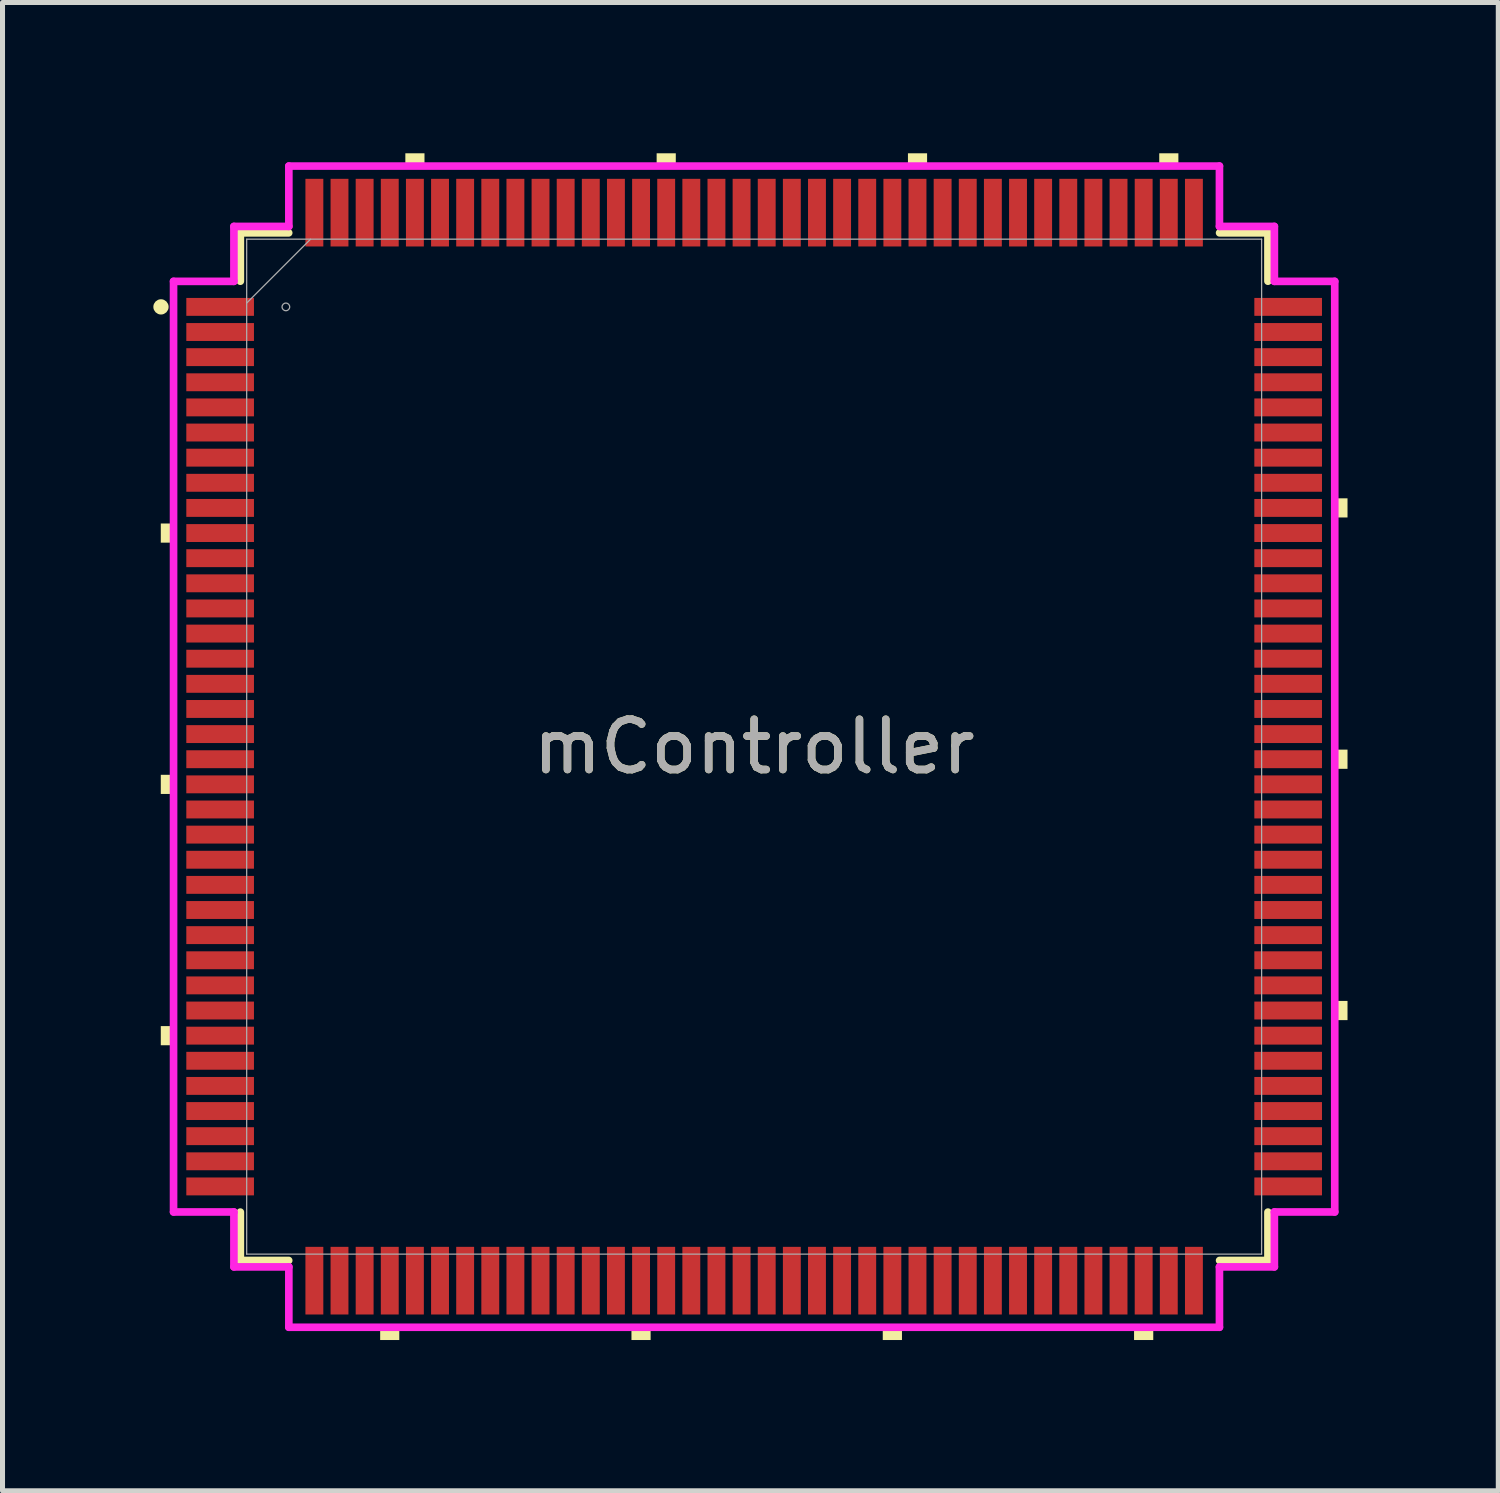
<source format=kicad_pcb>
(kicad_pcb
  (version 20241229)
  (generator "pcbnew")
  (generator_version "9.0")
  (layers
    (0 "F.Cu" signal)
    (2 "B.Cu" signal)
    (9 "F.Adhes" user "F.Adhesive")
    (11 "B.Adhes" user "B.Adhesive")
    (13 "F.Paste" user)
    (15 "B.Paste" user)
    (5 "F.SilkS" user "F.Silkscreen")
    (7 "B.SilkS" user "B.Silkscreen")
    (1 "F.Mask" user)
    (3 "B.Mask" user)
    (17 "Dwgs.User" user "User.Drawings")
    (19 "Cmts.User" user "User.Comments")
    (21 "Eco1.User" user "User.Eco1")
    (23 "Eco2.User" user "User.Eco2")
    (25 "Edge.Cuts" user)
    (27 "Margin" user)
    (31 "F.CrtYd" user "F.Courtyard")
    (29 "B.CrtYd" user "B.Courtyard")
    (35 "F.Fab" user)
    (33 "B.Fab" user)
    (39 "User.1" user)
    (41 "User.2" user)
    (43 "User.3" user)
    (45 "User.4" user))
  (footprint "mController"
    (layer "F.Cu")
    (at 11.955 11.806)
    (property "Reference" "mController" (at 0 0 0) (unlocked yes) (layer "F.SilkS") (effects (font (size 1 1) (thickness 0.15))))
    (attr smd)
    (fp_line (start -10.223 -10.223) (end -10.223 -9.261) (stroke (width 0.152) (type solid)) (layer "F.SilkS"))
    (fp_line (start -10.223 9.261) (end -10.223 10.223) (stroke (width 0.152) (type solid)) (layer "F.SilkS"))
    (fp_line (start -10.223 10.223) (end -9.261 10.223) (stroke (width 0.152) (type solid)) (layer "F.SilkS"))
    (fp_line (start -9.261 -10.223) (end -10.223 -10.223) (stroke (width 0.152) (type solid)) (layer "F.SilkS"))
    (fp_line (start 9.261 10.223) (end 10.223 10.223) (stroke (width 0.152) (type solid)) (layer "F.SilkS"))
    (fp_line (start 10.223 -10.223) (end 9.261 -10.223) (stroke (width 0.152) (type solid)) (layer "F.SilkS"))
    (fp_line (start 10.223 -9.261) (end 10.223 -10.223) (stroke (width 0.152) (type solid)) (layer "F.SilkS"))
    (fp_line (start 10.223 10.223) (end 10.223 9.261) (stroke (width 0.152) (type solid)) (layer "F.SilkS"))
    (fp_circle (center -11.802 -8.75) (end -11.726 -8.75) (stroke (width 0.152) (type solid)) (fill no) (layer "F.SilkS"))
    (fp_poly (pts (xy -11.806 -4.44) (xy -11.806 -4.059) (xy -11.552 -4.059) (xy -11.552 -4.44)) (stroke (width 0) (type solid)) (fill yes) (layer "F.SilkS"))
    (fp_poly (pts (xy -11.806 0.56) (xy -11.806 0.941) (xy -11.552 0.941) (xy -11.552 0.56)) (stroke (width 0) (type solid)) (fill yes) (layer "F.SilkS"))
    (fp_poly (pts (xy -11.806 5.56) (xy -11.806 5.941) (xy -11.552 5.941) (xy -11.552 5.56)) (stroke (width 0) (type solid)) (fill yes) (layer "F.SilkS"))
    (fp_poly (pts (xy -7.441 11.552) (xy -7.441 11.806) (xy -7.06 11.806) (xy -7.06 11.552)) (stroke (width 0) (type solid)) (fill yes) (layer "F.SilkS"))
    (fp_poly (pts (xy -6.94 -11.552) (xy -6.94 -11.806) (xy -6.559 -11.806) (xy -6.559 -11.552)) (stroke (width 0) (type solid)) (fill yes) (layer "F.SilkS"))
    (fp_poly (pts (xy -2.441 11.552) (xy -2.441 11.806) (xy -2.06 11.806) (xy -2.06 11.552)) (stroke (width 0) (type solid)) (fill yes) (layer "F.SilkS"))
    (fp_poly (pts (xy -1.94 -11.552) (xy -1.94 -11.806) (xy -1.559 -11.806) (xy -1.559 -11.552)) (stroke (width 0) (type solid)) (fill yes) (layer "F.SilkS"))
    (fp_poly (pts (xy 2.559 11.552) (xy 2.559 11.806) (xy 2.941 11.806) (xy 2.941 11.552)) (stroke (width 0) (type solid)) (fill yes) (layer "F.SilkS"))
    (fp_poly (pts (xy 3.06 -11.552) (xy 3.06 -11.806) (xy 3.441 -11.806) (xy 3.441 -11.552)) (stroke (width 0) (type solid)) (fill yes) (layer "F.SilkS"))
    (fp_poly (pts (xy 7.559 11.552) (xy 7.559 11.806) (xy 7.941 11.806) (xy 7.941 11.552)) (stroke (width 0) (type solid)) (fill yes) (layer "F.SilkS"))
    (fp_poly (pts (xy 8.06 -11.552) (xy 8.06 -11.806) (xy 8.441 -11.806) (xy 8.441 -11.552)) (stroke (width 0) (type solid)) (fill yes) (layer "F.SilkS"))
    (fp_poly (pts (xy 11.806 -4.941) (xy 11.806 -4.56) (xy 11.552 -4.56) (xy 11.552 -4.941)) (stroke (width 0) (type solid)) (fill yes) (layer "F.SilkS"))
    (fp_poly (pts (xy 11.806 0.059) (xy 11.806 0.441) (xy 11.552 0.441) (xy 11.552 0.059)) (stroke (width 0) (type solid)) (fill yes) (layer "F.SilkS"))
    (fp_poly (pts (xy 11.806 5.059) (xy 11.806 5.441) (xy 11.552 5.441) (xy 11.552 5.059)) (stroke (width 0) (type solid)) (fill yes) (layer "F.SilkS"))
    (fp_line (start -11.552 -9.258) (end -10.351 -9.258) (stroke (width 0.152) (type solid)) (layer "F.CrtYd"))
    (fp_line (start -11.552 9.258) (end -11.552 -9.258) (stroke (width 0.152) (type solid)) (layer "F.CrtYd"))
    (fp_line (start -10.351 -10.351) (end -9.258 -10.351) (stroke (width 0.152) (type solid)) (layer "F.CrtYd"))
    (fp_line (start -10.351 -9.258) (end -10.351 -10.351) (stroke (width 0.152) (type solid)) (layer "F.CrtYd"))
    (fp_line (start -10.351 9.258) (end -11.552 9.258) (stroke (width 0.152) (type solid)) (layer "F.CrtYd"))
    (fp_line (start -10.351 10.351) (end -10.351 9.258) (stroke (width 0.152) (type solid)) (layer "F.CrtYd"))
    (fp_line (start -9.258 -11.552) (end 9.258 -11.552) (stroke (width 0.152) (type solid)) (layer "F.CrtYd"))
    (fp_line (start -9.258 -10.351) (end -9.258 -11.552) (stroke (width 0.152) (type solid)) (layer "F.CrtYd"))
    (fp_line (start -9.258 10.351) (end -10.351 10.351) (stroke (width 0.152) (type solid)) (layer "F.CrtYd"))
    (fp_line (start -9.258 11.552) (end -9.258 10.351) (stroke (width 0.152) (type solid)) (layer "F.CrtYd"))
    (fp_line (start 9.258 -11.552) (end 9.258 -10.351) (stroke (width 0.152) (type solid)) (layer "F.CrtYd"))
    (fp_line (start 9.258 -10.351) (end 10.351 -10.351) (stroke (width 0.152) (type solid)) (layer "F.CrtYd"))
    (fp_line (start 9.258 10.351) (end 9.258 11.552) (stroke (width 0.152) (type solid)) (layer "F.CrtYd"))
    (fp_line (start 9.258 11.552) (end -9.258 11.552) (stroke (width 0.152) (type solid)) (layer "F.CrtYd"))
    (fp_line (start 10.351 -10.351) (end 10.351 -9.258) (stroke (width 0.152) (type solid)) (layer "F.CrtYd"))
    (fp_line (start 10.351 -9.258) (end 11.552 -9.258) (stroke (width 0.152) (type solid)) (layer "F.CrtYd"))
    (fp_line (start 10.351 9.258) (end 10.351 10.351) (stroke (width 0.152) (type solid)) (layer "F.CrtYd"))
    (fp_line (start 10.351 10.351) (end 9.258 10.351) (stroke (width 0.152) (type solid)) (layer "F.CrtYd"))
    (fp_line (start 11.552 -9.258) (end 11.552 9.258) (stroke (width 0.152) (type solid)) (layer "F.CrtYd"))
    (fp_line (start 11.552 9.258) (end 10.351 9.258) (stroke (width 0.152) (type solid)) (layer "F.CrtYd"))
    (fp_line (start -10.097 -10.097) (end -10.097 10.097) (stroke (width 0.025) (type solid)) (layer "F.Fab"))
    (fp_line (start -10.097 -8.826) (end -8.826 -10.097) (stroke (width 0.025) (type solid)) (layer "F.Fab"))
    (fp_line (start -10.097 10.097) (end 10.097 10.097) (stroke (width 0.025) (type solid)) (layer "F.Fab"))
    (fp_line (start 10.097 -10.097) (end -10.097 -10.097) (stroke (width 0.025) (type solid)) (layer "F.Fab"))
    (fp_line (start 10.097 10.097) (end 10.097 -10.097) (stroke (width 0.025) (type solid)) (layer "F.Fab"))
    (fp_circle (center -9.317 -8.75) (end -9.241 -8.75) (stroke (width 0.025) (type solid)) (fill no) (layer "F.Fab"))
    (fp_text user "${REFERENCE}" (at 0 0 0) (unlocked yes) (layer "F.Fab") (effects (font (size 1 1) (thickness 0.15))))
    (pad "1" smd rect (at -10.625 -8.75) (size 1.346 0.356) (layers "F.Cu" "F.Mask" "F.Paste"))
    (pad "2" smd rect (at -10.625 -8.25) (size 1.346 0.356) (layers "F.Cu" "F.Mask" "F.Paste"))
    (pad "3" smd rect (at -10.625 -7.75) (size 1.346 0.356) (layers "F.Cu" "F.Mask" "F.Paste"))
    (pad "4" smd rect (at -10.625 -7.25) (size 1.346 0.356) (layers "F.Cu" "F.Mask" "F.Paste"))
    (pad "5" smd rect (at -10.625 -6.75) (size 1.346 0.356) (layers "F.Cu" "F.Mask" "F.Paste"))
    (pad "6" smd rect (at -10.625 -6.25) (size 1.346 0.356) (layers "F.Cu" "F.Mask" "F.Paste"))
    (pad "7" smd rect (at -10.625 -5.75) (size 1.346 0.356) (layers "F.Cu" "F.Mask" "F.Paste"))
    (pad "8" smd rect (at -10.625 -5.25) (size 1.346 0.356) (layers "F.Cu" "F.Mask" "F.Paste"))
    (pad "9" smd rect (at -10.625 -4.75) (size 1.346 0.356) (layers "F.Cu" "F.Mask" "F.Paste"))
    (pad "10" smd rect (at -10.625 -4.25) (size 1.346 0.356) (layers "F.Cu" "F.Mask" "F.Paste"))
    (pad "11" smd rect (at -10.625 -3.75) (size 1.346 0.356) (layers "F.Cu" "F.Mask" "F.Paste"))
    (pad "12" smd rect (at -10.625 -3.25) (size 1.346 0.356) (layers "F.Cu" "F.Mask" "F.Paste"))
    (pad "13" smd rect (at -10.625 -2.75) (size 1.346 0.356) (layers "F.Cu" "F.Mask" "F.Paste"))
    (pad "14" smd rect (at -10.625 -2.25) (size 1.346 0.356) (layers "F.Cu" "F.Mask" "F.Paste"))
    (pad "15" smd rect (at -10.625 -1.75) (size 1.346 0.356) (layers "F.Cu" "F.Mask" "F.Paste"))
    (pad "16" smd rect (at -10.625 -1.25) (size 1.346 0.356) (layers "F.Cu" "F.Mask" "F.Paste"))
    (pad "17" smd rect (at -10.625 -0.75) (size 1.346 0.356) (layers "F.Cu" "F.Mask" "F.Paste"))
    (pad "18" smd rect (at -10.625 -0.25) (size 1.346 0.356) (layers "F.Cu" "F.Mask" "F.Paste"))
    (pad "19" smd rect (at -10.625 0.25) (size 1.346 0.356) (layers "F.Cu" "F.Mask" "F.Paste"))
    (pad "20" smd rect (at -10.625 0.75) (size 1.346 0.356) (layers "F.Cu" "F.Mask" "F.Paste"))
    (pad "21" smd rect (at -10.625 1.25) (size 1.346 0.356) (layers "F.Cu" "F.Mask" "F.Paste"))
    (pad "22" smd rect (at -10.625 1.75) (size 1.346 0.356) (layers "F.Cu" "F.Mask" "F.Paste"))
    (pad "23" smd rect (at -10.625 2.25) (size 1.346 0.356) (layers "F.Cu" "F.Mask" "F.Paste"))
    (pad "24" smd rect (at -10.625 2.75) (size 1.346 0.356) (layers "F.Cu" "F.Mask" "F.Paste"))
    (pad "25" smd rect (at -10.625 3.25) (size 1.346 0.356) (layers "F.Cu" "F.Mask" "F.Paste"))
    (pad "26" smd rect (at -10.625 3.75) (size 1.346 0.356) (layers "F.Cu" "F.Mask" "F.Paste"))
    (pad "27" smd rect (at -10.625 4.25) (size 1.346 0.356) (layers "F.Cu" "F.Mask" "F.Paste"))
    (pad "28" smd rect (at -10.625 4.75) (size 1.346 0.356) (layers "F.Cu" "F.Mask" "F.Paste"))
    (pad "29" smd rect (at -10.625 5.25) (size 1.346 0.356) (layers "F.Cu" "F.Mask" "F.Paste"))
    (pad "30" smd rect (at -10.625 5.75) (size 1.346 0.356) (layers "F.Cu" "F.Mask" "F.Paste"))
    (pad "31" smd rect (at -10.625 6.25) (size 1.346 0.356) (layers "F.Cu" "F.Mask" "F.Paste"))
    (pad "32" smd rect (at -10.625 6.75) (size 1.346 0.356) (layers "F.Cu" "F.Mask" "F.Paste"))
    (pad "33" smd rect (at -10.625 7.25) (size 1.346 0.356) (layers "F.Cu" "F.Mask" "F.Paste"))
    (pad "34" smd rect (at -10.625 7.75) (size 1.346 0.356) (layers "F.Cu" "F.Mask" "F.Paste"))
    (pad "35" smd rect (at -10.625 8.25) (size 1.346 0.356) (layers "F.Cu" "F.Mask" "F.Paste"))
    (pad "36" smd rect (at -10.625 8.75) (size 1.346 0.356) (layers "F.Cu" "F.Mask" "F.Paste"))
    (pad "37" smd rect (at -8.75 10.625 90) (size 1.346 0.356) (layers "F.Cu" "F.Mask" "F.Paste"))
    (pad "38" smd rect (at -8.25 10.625 90) (size 1.346 0.356) (layers "F.Cu" "F.Mask" "F.Paste"))
    (pad "39" smd rect (at -7.75 10.625 90) (size 1.346 0.356) (layers "F.Cu" "F.Mask" "F.Paste"))
    (pad "40" smd rect (at -7.25 10.625 90) (size 1.346 0.356) (layers "F.Cu" "F.Mask" "F.Paste"))
    (pad "41" smd rect (at -6.75 10.625 90) (size 1.346 0.356) (layers "F.Cu" "F.Mask" "F.Paste"))
    (pad "42" smd rect (at -6.25 10.625 90) (size 1.346 0.356) (layers "F.Cu" "F.Mask" "F.Paste"))
    (pad "43" smd rect (at -5.75 10.625 90) (size 1.346 0.356) (layers "F.Cu" "F.Mask" "F.Paste"))
    (pad "44" smd rect (at -5.25 10.625 90) (size 1.346 0.356) (layers "F.Cu" "F.Mask" "F.Paste"))
    (pad "45" smd rect (at -4.75 10.625 90) (size 1.346 0.356) (layers "F.Cu" "F.Mask" "F.Paste"))
    (pad "46" smd rect (at -4.25 10.625 90) (size 1.346 0.356) (layers "F.Cu" "F.Mask" "F.Paste"))
    (pad "47" smd rect (at -3.75 10.625 90) (size 1.346 0.356) (layers "F.Cu" "F.Mask" "F.Paste"))
    (pad "48" smd rect (at -3.25 10.625 90) (size 1.346 0.356) (layers "F.Cu" "F.Mask" "F.Paste"))
    (pad "49" smd rect (at -2.75 10.625 90) (size 1.346 0.356) (layers "F.Cu" "F.Mask" "F.Paste"))
    (pad "50" smd rect (at -2.25 10.625 90) (size 1.346 0.356) (layers "F.Cu" "F.Mask" "F.Paste"))
    (pad "51" smd rect (at -1.75 10.625 90) (size 1.346 0.356) (layers "F.Cu" "F.Mask" "F.Paste"))
    (pad "52" smd rect (at -1.25 10.625 90) (size 1.346 0.356) (layers "F.Cu" "F.Mask" "F.Paste"))
    (pad "53" smd rect (at -0.75 10.625 90) (size 1.346 0.356) (layers "F.Cu" "F.Mask" "F.Paste"))
    (pad "54" smd rect (at -0.25 10.625 90) (size 1.346 0.356) (layers "F.Cu" "F.Mask" "F.Paste"))
    (pad "55" smd rect (at 0.25 10.625 90) (size 1.346 0.356) (layers "F.Cu" "F.Mask" "F.Paste"))
    (pad "56" smd rect (at 0.75 10.625 90) (size 1.346 0.356) (layers "F.Cu" "F.Mask" "F.Paste"))
    (pad "57" smd rect (at 1.25 10.625 90) (size 1.346 0.356) (layers "F.Cu" "F.Mask" "F.Paste"))
    (pad "58" smd rect (at 1.75 10.625 90) (size 1.346 0.356) (layers "F.Cu" "F.Mask" "F.Paste"))
    (pad "59" smd rect (at 2.25 10.625 90) (size 1.346 0.356) (layers "F.Cu" "F.Mask" "F.Paste"))
    (pad "60" smd rect (at 2.75 10.625 90) (size 1.346 0.356) (layers "F.Cu" "F.Mask" "F.Paste"))
    (pad "61" smd rect (at 3.25 10.625 90) (size 1.346 0.356) (layers "F.Cu" "F.Mask" "F.Paste"))
    (pad "62" smd rect (at 3.75 10.625 90) (size 1.346 0.356) (layers "F.Cu" "F.Mask" "F.Paste"))
    (pad "63" smd rect (at 4.25 10.625 90) (size 1.346 0.356) (layers "F.Cu" "F.Mask" "F.Paste"))
    (pad "64" smd rect (at 4.75 10.625 90) (size 1.346 0.356) (layers "F.Cu" "F.Mask" "F.Paste"))
    (pad "65" smd rect (at 5.25 10.625 90) (size 1.346 0.356) (layers "F.Cu" "F.Mask" "F.Paste"))
    (pad "66" smd rect (at 5.75 10.625 90) (size 1.346 0.356) (layers "F.Cu" "F.Mask" "F.Paste"))
    (pad "67" smd rect (at 6.25 10.625 90) (size 1.346 0.356) (layers "F.Cu" "F.Mask" "F.Paste"))
    (pad "68" smd rect (at 6.75 10.625 90) (size 1.346 0.356) (layers "F.Cu" "F.Mask" "F.Paste"))
    (pad "69" smd rect (at 7.25 10.625 90) (size 1.346 0.356) (layers "F.Cu" "F.Mask" "F.Paste"))
    (pad "70" smd rect (at 7.75 10.625 90) (size 1.346 0.356) (layers "F.Cu" "F.Mask" "F.Paste"))
    (pad "71" smd rect (at 8.25 10.625 90) (size 1.346 0.356) (layers "F.Cu" "F.Mask" "F.Paste"))
    (pad "72" smd rect (at 8.75 10.625 90) (size 1.346 0.356) (layers "F.Cu" "F.Mask" "F.Paste"))
    (pad "73" smd rect (at 10.625 8.75) (size 1.346 0.356) (layers "F.Cu" "F.Mask" "F.Paste"))
    (pad "74" smd rect (at 10.625 8.25) (size 1.346 0.356) (layers "F.Cu" "F.Mask" "F.Paste"))
    (pad "75" smd rect (at 10.625 7.75) (size 1.346 0.356) (layers "F.Cu" "F.Mask" "F.Paste"))
    (pad "76" smd rect (at 10.625 7.25) (size 1.346 0.356) (layers "F.Cu" "F.Mask" "F.Paste"))
    (pad "77" smd rect (at 10.625 6.75) (size 1.346 0.356) (layers "F.Cu" "F.Mask" "F.Paste"))
    (pad "78" smd rect (at 10.625 6.25) (size 1.346 0.356) (layers "F.Cu" "F.Mask" "F.Paste"))
    (pad "79" smd rect (at 10.625 5.75) (size 1.346 0.356) (layers "F.Cu" "F.Mask" "F.Paste"))
    (pad "80" smd rect (at 10.625 5.25) (size 1.346 0.356) (layers "F.Cu" "F.Mask" "F.Paste"))
    (pad "81" smd rect (at 10.625 4.75) (size 1.346 0.356) (layers "F.Cu" "F.Mask" "F.Paste"))
    (pad "82" smd rect (at 10.625 4.25) (size 1.346 0.356) (layers "F.Cu" "F.Mask" "F.Paste"))
    (pad "83" smd rect (at 10.625 3.75) (size 1.346 0.356) (layers "F.Cu" "F.Mask" "F.Paste"))
    (pad "84" smd rect (at 10.625 3.25) (size 1.346 0.356) (layers "F.Cu" "F.Mask" "F.Paste"))
    (pad "85" smd rect (at 10.625 2.75) (size 1.346 0.356) (layers "F.Cu" "F.Mask" "F.Paste"))
    (pad "86" smd rect (at 10.625 2.25) (size 1.346 0.356) (layers "F.Cu" "F.Mask" "F.Paste"))
    (pad "87" smd rect (at 10.625 1.75) (size 1.346 0.356) (layers "F.Cu" "F.Mask" "F.Paste"))
    (pad "88" smd rect (at 10.625 1.25) (size 1.346 0.356) (layers "F.Cu" "F.Mask" "F.Paste"))
    (pad "89" smd rect (at 10.625 0.75) (size 1.346 0.356) (layers "F.Cu" "F.Mask" "F.Paste"))
    (pad "90" smd rect (at 10.625 0.25) (size 1.346 0.356) (layers "F.Cu" "F.Mask" "F.Paste"))
    (pad "91" smd rect (at 10.625 -0.25) (size 1.346 0.356) (layers "F.Cu" "F.Mask" "F.Paste"))
    (pad "92" smd rect (at 10.625 -0.75) (size 1.346 0.356) (layers "F.Cu" "F.Mask" "F.Paste"))
    (pad "93" smd rect (at 10.625 -1.25) (size 1.346 0.356) (layers "F.Cu" "F.Mask" "F.Paste"))
    (pad "94" smd rect (at 10.625 -1.75) (size 1.346 0.356) (layers "F.Cu" "F.Mask" "F.Paste"))
    (pad "95" smd rect (at 10.625 -2.25) (size 1.346 0.356) (layers "F.Cu" "F.Mask" "F.Paste"))
    (pad "96" smd rect (at 10.625 -2.75) (size 1.346 0.356) (layers "F.Cu" "F.Mask" "F.Paste"))
    (pad "97" smd rect (at 10.625 -3.25) (size 1.346 0.356) (layers "F.Cu" "F.Mask" "F.Paste"))
    (pad "98" smd rect (at 10.625 -3.75) (size 1.346 0.356) (layers "F.Cu" "F.Mask" "F.Paste"))
    (pad "99" smd rect (at 10.625 -4.25) (size 1.346 0.356) (layers "F.Cu" "F.Mask" "F.Paste"))
    (pad "100" smd rect (at 10.625 -4.75) (size 1.346 0.356) (layers "F.Cu" "F.Mask" "F.Paste"))
    (pad "101" smd rect (at 10.625 -5.25) (size 1.346 0.356) (layers "F.Cu" "F.Mask" "F.Paste"))
    (pad "102" smd rect (at 10.625 -5.75) (size 1.346 0.356) (layers "F.Cu" "F.Mask" "F.Paste"))
    (pad "103" smd rect (at 10.625 -6.25) (size 1.346 0.356) (layers "F.Cu" "F.Mask" "F.Paste"))
    (pad "104" smd rect (at 10.625 -6.75) (size 1.346 0.356) (layers "F.Cu" "F.Mask" "F.Paste"))
    (pad "105" smd rect (at 10.625 -7.25) (size 1.346 0.356) (layers "F.Cu" "F.Mask" "F.Paste"))
    (pad "106" smd rect (at 10.625 -7.75) (size 1.346 0.356) (layers "F.Cu" "F.Mask" "F.Paste"))
    (pad "107" smd rect (at 10.625 -8.25) (size 1.346 0.356) (layers "F.Cu" "F.Mask" "F.Paste"))
    (pad "108" smd rect (at 10.625 -8.75) (size 1.346 0.356) (layers "F.Cu" "F.Mask" "F.Paste"))
    (pad "109" smd rect (at 8.75 -10.625 90) (size 1.346 0.356) (layers "F.Cu" "F.Mask" "F.Paste"))
    (pad "110" smd rect (at 8.25 -10.625 90) (size 1.346 0.356) (layers "F.Cu" "F.Mask" "F.Paste"))
    (pad "111" smd rect (at 7.75 -10.625 90) (size 1.346 0.356) (layers "F.Cu" "F.Mask" "F.Paste"))
    (pad "112" smd rect (at 7.25 -10.625 90) (size 1.346 0.356) (layers "F.Cu" "F.Mask" "F.Paste"))
    (pad "113" smd rect (at 6.75 -10.625 90) (size 1.346 0.356) (layers "F.Cu" "F.Mask" "F.Paste"))
    (pad "114" smd rect (at 6.25 -10.625 90) (size 1.346 0.356) (layers "F.Cu" "F.Mask" "F.Paste"))
    (pad "115" smd rect (at 5.75 -10.625 90) (size 1.346 0.356) (layers "F.Cu" "F.Mask" "F.Paste"))
    (pad "116" smd rect (at 5.25 -10.625 90) (size 1.346 0.356) (layers "F.Cu" "F.Mask" "F.Paste"))
    (pad "117" smd rect (at 4.75 -10.625 90) (size 1.346 0.356) (layers "F.Cu" "F.Mask" "F.Paste"))
    (pad "118" smd rect (at 4.25 -10.625 90) (size 1.346 0.356) (layers "F.Cu" "F.Mask" "F.Paste"))
    (pad "119" smd rect (at 3.75 -10.625 90) (size 1.346 0.356) (layers "F.Cu" "F.Mask" "F.Paste"))
    (pad "120" smd rect (at 3.25 -10.625 90) (size 1.346 0.356) (layers "F.Cu" "F.Mask" "F.Paste"))
    (pad "121" smd rect (at 2.75 -10.625 90) (size 1.346 0.356) (layers "F.Cu" "F.Mask" "F.Paste"))
    (pad "122" smd rect (at 2.25 -10.625 90) (size 1.346 0.356) (layers "F.Cu" "F.Mask" "F.Paste"))
    (pad "123" smd rect (at 1.75 -10.625 90) (size 1.346 0.356) (layers "F.Cu" "F.Mask" "F.Paste"))
    (pad "124" smd rect (at 1.25 -10.625 90) (size 1.346 0.356) (layers "F.Cu" "F.Mask" "F.Paste"))
    (pad "125" smd rect (at 0.75 -10.625 90) (size 1.346 0.356) (layers "F.Cu" "F.Mask" "F.Paste"))
    (pad "126" smd rect (at 0.25 -10.625 90) (size 1.346 0.356) (layers "F.Cu" "F.Mask" "F.Paste"))
    (pad "127" smd rect (at -0.25 -10.625 90) (size 1.346 0.356) (layers "F.Cu" "F.Mask" "F.Paste"))
    (pad "128" smd rect (at -0.75 -10.625 90) (size 1.346 0.356) (layers "F.Cu" "F.Mask" "F.Paste"))
    (pad "129" smd rect (at -1.25 -10.625 90) (size 1.346 0.356) (layers "F.Cu" "F.Mask" "F.Paste"))
    (pad "130" smd rect (at -1.75 -10.625 90) (size 1.346 0.356) (layers "F.Cu" "F.Mask" "F.Paste"))
    (pad "131" smd rect (at -2.25 -10.625 90) (size 1.346 0.356) (layers "F.Cu" "F.Mask" "F.Paste"))
    (pad "132" smd rect (at -2.75 -10.625 90) (size 1.346 0.356) (layers "F.Cu" "F.Mask" "F.Paste"))
    (pad "133" smd rect (at -3.25 -10.625 90) (size 1.346 0.356) (layers "F.Cu" "F.Mask" "F.Paste"))
    (pad "134" smd rect (at -3.75 -10.625 90) (size 1.346 0.356) (layers "F.Cu" "F.Mask" "F.Paste"))
    (pad "135" smd rect (at -4.25 -10.625 90) (size 1.346 0.356) (layers "F.Cu" "F.Mask" "F.Paste"))
    (pad "136" smd rect (at -4.75 -10.625 90) (size 1.346 0.356) (layers "F.Cu" "F.Mask" "F.Paste"))
    (pad "137" smd rect (at -5.25 -10.625 90) (size 1.346 0.356) (layers "F.Cu" "F.Mask" "F.Paste"))
    (pad "138" smd rect (at -5.75 -10.625 90) (size 1.346 0.356) (layers "F.Cu" "F.Mask" "F.Paste"))
    (pad "139" smd rect (at -6.25 -10.625 90) (size 1.346 0.356) (layers "F.Cu" "F.Mask" "F.Paste"))
    (pad "140" smd rect (at -6.75 -10.625 90) (size 1.346 0.356) (layers "F.Cu" "F.Mask" "F.Paste"))
    (pad "141" smd rect (at -7.25 -10.625 90) (size 1.346 0.356) (layers "F.Cu" "F.Mask" "F.Paste"))
    (pad "142" smd rect (at -7.75 -10.625 90) (size 1.346 0.356) (layers "F.Cu" "F.Mask" "F.Paste"))
    (pad "143" smd rect (at -8.25 -10.625 90) (size 1.346 0.356) (layers "F.Cu" "F.Mask" "F.Paste"))
    (pad "144" smd rect (at -8.75 -10.625 90) (size 1.346 0.356) (layers "F.Cu" "F.Mask" "F.Paste")))
  (gr_rect
    (start -3 -3)
    (end 26.761 26.612)
    (stroke (width 0.1) (type default))
    (fill no)
    (layer "Edge.Cuts")))
</source>
